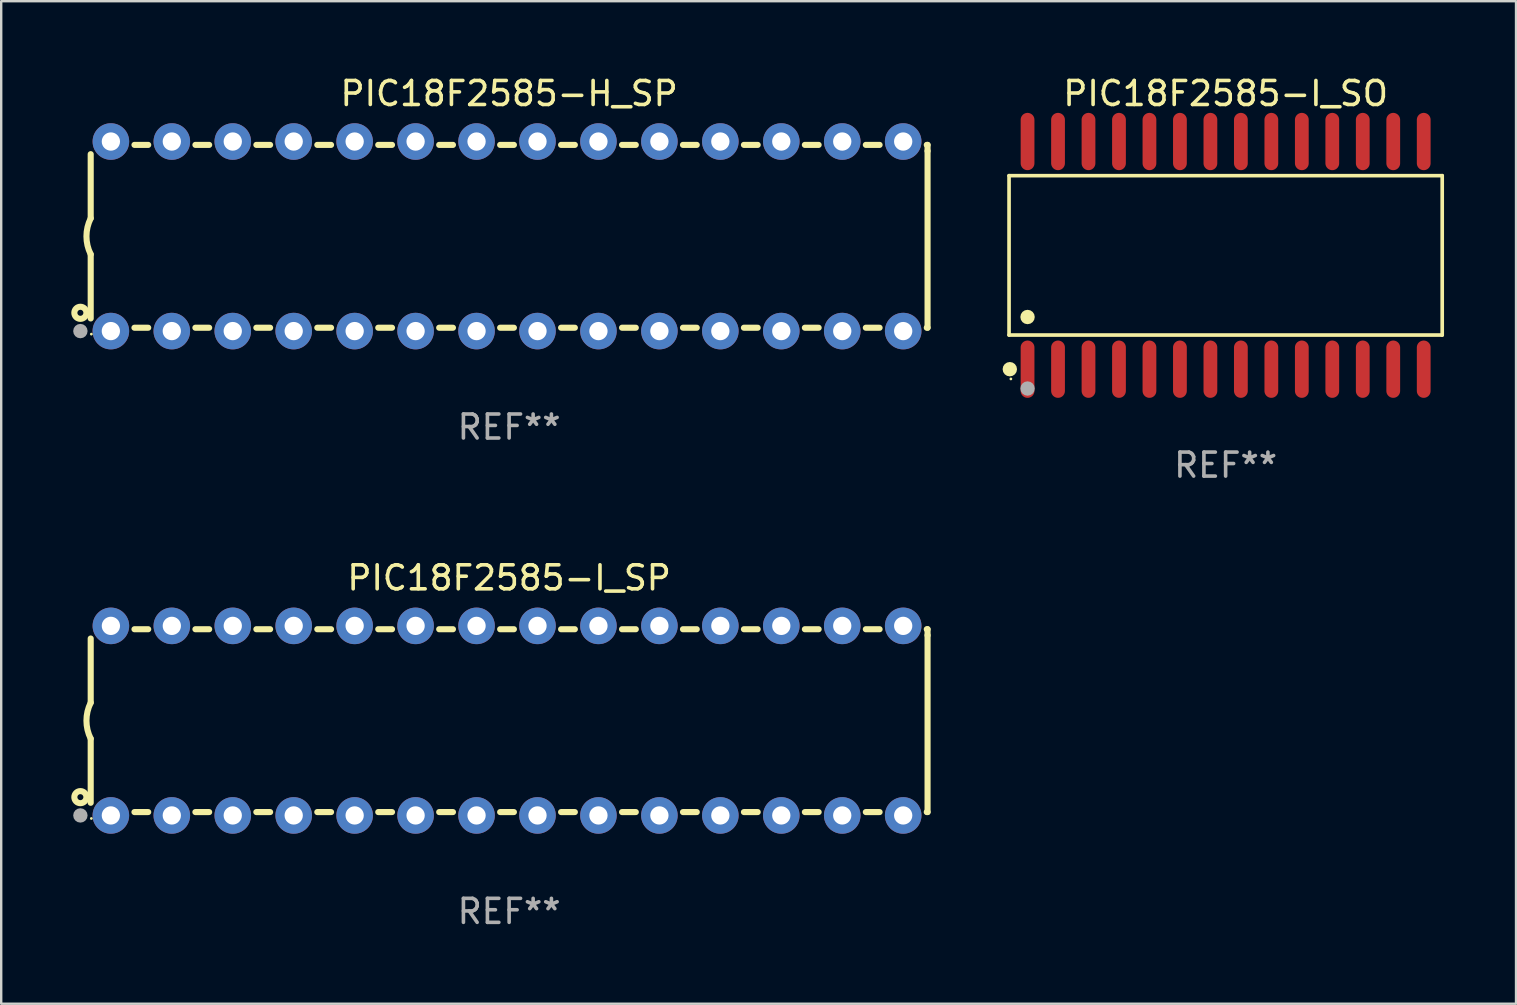
<source format=kicad_pcb>
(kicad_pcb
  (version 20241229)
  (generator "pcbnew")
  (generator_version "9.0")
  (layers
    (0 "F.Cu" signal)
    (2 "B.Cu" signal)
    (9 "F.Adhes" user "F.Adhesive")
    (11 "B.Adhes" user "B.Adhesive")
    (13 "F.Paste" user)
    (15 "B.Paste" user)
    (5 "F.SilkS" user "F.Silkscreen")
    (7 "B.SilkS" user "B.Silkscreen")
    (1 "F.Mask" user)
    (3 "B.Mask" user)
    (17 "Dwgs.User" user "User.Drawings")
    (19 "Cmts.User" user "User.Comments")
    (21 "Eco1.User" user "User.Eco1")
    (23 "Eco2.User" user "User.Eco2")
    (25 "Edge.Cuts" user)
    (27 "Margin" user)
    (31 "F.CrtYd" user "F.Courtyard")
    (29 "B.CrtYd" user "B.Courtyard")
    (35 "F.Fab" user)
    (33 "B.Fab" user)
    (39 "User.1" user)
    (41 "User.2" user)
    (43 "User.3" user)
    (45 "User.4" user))
  (footprint "PIC18F2585-H_SP"
    (layer "F.Cu")
    (at 18.168 6.798)
    (property "Reference" "PIC18F2585-H_SP" (at 0 -5.95 0) (layer "F.SilkS") (effects (font (size 1 1) (thickness 0.15))))
    (attr through_hole)
    (fp_line (start -17.438 0.75) (end -17.438 3.423) (stroke (width 0.254) (type solid)) (layer "F.SilkS"))
    (fp_line (start -17.438 -3.423) (end -17.438 -0.75) (stroke (width 0.254) (type solid)) (layer "F.SilkS"))
    (fp_line (start -15.615 3.81) (end -15.041 3.81) (stroke (width 0.254) (type solid)) (layer "F.SilkS"))
    (fp_line (start -15.041 -3.81) (end -15.614 -3.81) (stroke (width 0.254) (type solid)) (layer "F.SilkS"))
    (fp_line (start -13.075 3.81) (end -12.501 3.81) (stroke (width 0.254) (type solid)) (layer "F.SilkS"))
    (fp_line (start -12.501 -3.81) (end -13.074 -3.81) (stroke (width 0.254) (type solid)) (layer "F.SilkS"))
    (fp_line (start -10.535 3.81) (end -9.961 3.81) (stroke (width 0.254) (type solid)) (layer "F.SilkS"))
    (fp_line (start -9.961 -3.81) (end -10.534 -3.81) (stroke (width 0.254) (type solid)) (layer "F.SilkS"))
    (fp_line (start -7.995 3.81) (end -7.421 3.81) (stroke (width 0.254) (type solid)) (layer "F.SilkS"))
    (fp_line (start -7.421 -3.81) (end -7.995 -3.81) (stroke (width 0.254) (type solid)) (layer "F.SilkS"))
    (fp_line (start -5.455 3.81) (end -4.881 3.81) (stroke (width 0.254) (type solid)) (layer "F.SilkS"))
    (fp_line (start -4.881 -3.81) (end -5.455 -3.81) (stroke (width 0.254) (type solid)) (layer "F.SilkS"))
    (fp_line (start -2.915 3.81) (end -2.341 3.81) (stroke (width 0.254) (type solid)) (layer "F.SilkS"))
    (fp_line (start -2.341 -3.81) (end -2.915 -3.81) (stroke (width 0.254) (type solid)) (layer "F.SilkS"))
    (fp_line (start -0.375 3.81) (end 0.199 3.81) (stroke (width 0.254) (type solid)) (layer "F.SilkS"))
    (fp_line (start 0.199 -3.81) (end -0.375 -3.81) (stroke (width 0.254) (type solid)) (layer "F.SilkS"))
    (fp_line (start 2.165 3.81) (end 2.739 3.81) (stroke (width 0.254) (type solid)) (layer "F.SilkS"))
    (fp_line (start 2.739 -3.81) (end 2.165 -3.81) (stroke (width 0.254) (type solid)) (layer "F.SilkS"))
    (fp_line (start 4.705 3.81) (end 5.279 3.81) (stroke (width 0.254) (type solid)) (layer "F.SilkS"))
    (fp_line (start 5.279 -3.81) (end 4.705 -3.81) (stroke (width 0.254) (type solid)) (layer "F.SilkS"))
    (fp_line (start 7.245 3.81) (end 7.819 3.81) (stroke (width 0.254) (type solid)) (layer "F.SilkS"))
    (fp_line (start 7.819 -3.81) (end 7.245 -3.81) (stroke (width 0.254) (type solid)) (layer "F.SilkS"))
    (fp_line (start 9.785 3.81) (end 10.359 3.81) (stroke (width 0.254) (type solid)) (layer "F.SilkS"))
    (fp_line (start 10.359 -3.81) (end 9.785 -3.81) (stroke (width 0.254) (type solid)) (layer "F.SilkS"))
    (fp_line (start 12.325 3.81) (end 12.899 3.81) (stroke (width 0.254) (type solid)) (layer "F.SilkS"))
    (fp_line (start 12.899 -3.81) (end 12.325 -3.81) (stroke (width 0.254) (type solid)) (layer "F.SilkS"))
    (fp_line (start 14.865 3.81) (end 15.439 3.81) (stroke (width 0.254) (type solid)) (layer "F.SilkS"))
    (fp_line (start 15.439 -3.81) (end 14.865 -3.81) (stroke (width 0.254) (type solid)) (layer "F.SilkS"))
    (fp_line (start 17.405 3.81) (end 17.438 3.81) (stroke (width 0.254) (type solid)) (layer "F.SilkS"))
    (fp_line (start 17.438 -3.81) (end 17.405 -3.81) (stroke (width 0.254) (type solid)) (layer "F.SilkS"))
    (fp_line (start 17.438 -3.556) (end 17.438 -3.81) (stroke (width 0.254) (type solid)) (layer "F.SilkS"))
    (fp_line (start 17.438 3.81) (end 17.438 -3.556) (stroke (width 0.254) (type solid)) (layer "F.SilkS"))
    (fp_arc (start -17.437986 0.749657) (mid -17.614887 -0.000024) (end -17.437783 -0.749657) (stroke (width 0.254001) (type solid)) (layer "F.SilkS"))
    (fp_circle (center -17.868 3.188) (end -17.743 3.188) (stroke (width 0.254) (type solid)) (fill no) (layer "F.SilkS"))
    (fp_circle (center -17.411 4.077) (end -17.381 4.077) (stroke (width 0.06) (type solid)) (fill no) (layer "F.SilkS"))
    (fp_circle (center -17.868 3.95) (end -17.718 3.95) (stroke (width 0.3) (type solid)) (fill no) (layer "F.Fab"))
    (fp_text user "REF**" (at 0 7.95 0) (layer "F.Fab") (effects (font (size 1 1) (thickness 0.15))))
    (pad "1" thru_hole circle (at -16.598 3.95) (size 1.524 1.524) (drill 0.762) (layers "*.Cu" "*.Mask"))
    (pad "2" thru_hole circle (at -14.058 3.95) (size 1.524 1.524) (drill 0.762) (layers "*.Cu" "*.Mask"))
    (pad "3" thru_hole circle (at -11.518 3.95) (size 1.524 1.524) (drill 0.762) (layers "*.Cu" "*.Mask"))
    (pad "4" thru_hole circle (at -8.978 3.95) (size 1.524 1.524) (drill 0.762) (layers "*.Cu" "*.Mask"))
    (pad "5" thru_hole circle (at -6.438 3.95) (size 1.524 1.524) (drill 0.762) (layers "*.Cu" "*.Mask"))
    (pad "6" thru_hole circle (at -3.898 3.95) (size 1.524 1.524) (drill 0.762) (layers "*.Cu" "*.Mask"))
    (pad "7" thru_hole circle (at -1.358 3.95) (size 1.524 1.524) (drill 0.762) (layers "*.Cu" "*.Mask"))
    (pad "8" thru_hole circle (at 1.182 3.95) (size 1.524 1.524) (drill 0.762) (layers "*.Cu" "*.Mask"))
    (pad "9" thru_hole circle (at 3.722 3.95) (size 1.524 1.524) (drill 0.762) (layers "*.Cu" "*.Mask"))
    (pad "10" thru_hole circle (at 6.262 3.95) (size 1.524 1.524) (drill 0.762) (layers "*.Cu" "*.Mask"))
    (pad "11" thru_hole circle (at 8.802 3.95) (size 1.524 1.524) (drill 0.762) (layers "*.Cu" "*.Mask"))
    (pad "12" thru_hole circle (at 11.342 3.95) (size 1.524 1.524) (drill 0.762) (layers "*.Cu" "*.Mask"))
    (pad "13" thru_hole circle (at 13.882 3.95) (size 1.524 1.524) (drill 0.762) (layers "*.Cu" "*.Mask"))
    (pad "14" thru_hole circle (at 16.422 3.95) (size 1.524 1.524) (drill 0.762) (layers "*.Cu" "*.Mask"))
    (pad "15" thru_hole circle (at 16.422 -3.95) (size 1.524 1.524) (drill 0.762) (layers "*.Cu" "*.Mask"))
    (pad "16" thru_hole circle (at 13.882 -3.95) (size 1.524 1.524) (drill 0.762) (layers "*.Cu" "*.Mask"))
    (pad "17" thru_hole circle (at 11.342 -3.95) (size 1.524 1.524) (drill 0.762) (layers "*.Cu" "*.Mask"))
    (pad "18" thru_hole circle (at 8.802 -3.95) (size 1.524 1.524) (drill 0.762) (layers "*.Cu" "*.Mask"))
    (pad "19" thru_hole circle (at 6.262 -3.95) (size 1.524 1.524) (drill 0.762) (layers "*.Cu" "*.Mask"))
    (pad "20" thru_hole circle (at 3.722 -3.95) (size 1.524 1.524) (drill 0.762) (layers "*.Cu" "*.Mask"))
    (pad "21" thru_hole circle (at 1.182 -3.95) (size 1.524 1.524) (drill 0.762) (layers "*.Cu" "*.Mask"))
    (pad "22" thru_hole circle (at -1.358 -3.95) (size 1.524 1.524) (drill 0.762) (layers "*.Cu" "*.Mask"))
    (pad "23" thru_hole circle (at -3.898 -3.95) (size 1.524 1.524) (drill 0.762) (layers "*.Cu" "*.Mask"))
    (pad "24" thru_hole circle (at -6.438 -3.95) (size 1.524 1.524) (drill 0.762) (layers "*.Cu" "*.Mask"))
    (pad "25" thru_hole circle (at -8.978 -3.95) (size 1.524 1.524) (drill 0.762) (layers "*.Cu" "*.Mask"))
    (pad "26" thru_hole circle (at -11.517 -3.95) (size 1.524 1.524) (drill 0.762) (layers "*.Cu" "*.Mask"))
    (pad "27" thru_hole circle (at -14.057 -3.95) (size 1.524 1.524) (drill 0.762) (layers "*.Cu" "*.Mask"))
    (pad "28" thru_hole circle (at -16.597 -3.95) (size 1.524 1.524) (drill 0.762) (layers "*.Cu" "*.Mask")))
  (footprint "PIC18F2585-I_SO"
    (layer "F.Cu")
    (at 48.028 7.592)
    (property "Reference" "PIC18F2585-I_SO" (at 0 -6.744 0) (layer "F.SilkS") (effects (font (size 1 1) (thickness 0.15))))
    (attr through_hole)
    (fp_line (start -9.026 -3.321) (end 9.026 -3.321) (stroke (width 0.152) (type solid)) (layer "F.SilkS"))
    (fp_line (start -9.026 3.321) (end -9.026 -3.321) (stroke (width 0.152) (type solid)) (layer "F.SilkS"))
    (fp_line (start 9.026 -3.321) (end 9.026 3.321) (stroke (width 0.152) (type solid)) (layer "F.SilkS"))
    (fp_line (start 9.026 3.321) (end -9.026 3.321) (stroke (width 0.152) (type solid)) (layer "F.SilkS"))
    (fp_circle (center -8.994 4.744) (end -8.844 4.744) (stroke (width 0.3) (type solid)) (fill no) (layer "F.SilkS"))
    (fp_circle (center -8.95 5.15) (end -8.92 5.15) (stroke (width 0.06) (type solid)) (fill no) (layer "F.SilkS"))
    (fp_circle (center -8.255 2.569) (end -8.105 2.569) (stroke (width 0.3) (type solid)) (fill no) (layer "F.SilkS"))
    (fp_circle (center -8.255 5.55) (end -8.105 5.55) (stroke (width 0.3) (type solid)) (fill no) (layer "F.Fab"))
    (fp_text user "REF**" (at 0 8.744 0) (layer "F.Fab") (effects (font (size 1 1) (thickness 0.15))))
    (pad "1" smd oval (at -8.255 4.744) (size 0.574 2.388) (layers "F.Cu" "F.Mask" "F.Paste"))
    (pad "2" smd oval (at -6.985 4.744) (size 0.574 2.388) (layers "F.Cu" "F.Mask" "F.Paste"))
    (pad "3" smd oval (at -5.715 4.744) (size 0.574 2.388) (layers "F.Cu" "F.Mask" "F.Paste"))
    (pad "4" smd oval (at -4.445 4.744) (size 0.574 2.388) (layers "F.Cu" "F.Mask" "F.Paste"))
    (pad "5" smd oval (at -3.175 4.744) (size 0.574 2.388) (layers "F.Cu" "F.Mask" "F.Paste"))
    (pad "6" smd oval (at -1.905 4.744) (size 0.574 2.388) (layers "F.Cu" "F.Mask" "F.Paste"))
    (pad "7" smd oval (at -0.635 4.744) (size 0.574 2.388) (layers "F.Cu" "F.Mask" "F.Paste"))
    (pad "8" smd oval (at 0.635 4.744) (size 0.574 2.388) (layers "F.Cu" "F.Mask" "F.Paste"))
    (pad "9" smd oval (at 1.905 4.744) (size 0.574 2.388) (layers "F.Cu" "F.Mask" "F.Paste"))
    (pad "10" smd oval (at 3.175 4.744) (size 0.574 2.388) (layers "F.Cu" "F.Mask" "F.Paste"))
    (pad "11" smd oval (at 4.445 4.744) (size 0.574 2.388) (layers "F.Cu" "F.Mask" "F.Paste"))
    (pad "12" smd oval (at 5.715 4.744) (size 0.574 2.388) (layers "F.Cu" "F.Mask" "F.Paste"))
    (pad "13" smd oval (at 6.985 4.744) (size 0.574 2.388) (layers "F.Cu" "F.Mask" "F.Paste"))
    (pad "14" smd oval (at 8.255 4.744) (size 0.574 2.388) (layers "F.Cu" "F.Mask" "F.Paste"))
    (pad "15" smd oval (at 8.255 -4.744) (size 0.574 2.388) (layers "F.Cu" "F.Mask" "F.Paste"))
    (pad "16" smd oval (at 6.985 -4.744) (size 0.574 2.388) (layers "F.Cu" "F.Mask" "F.Paste"))
    (pad "17" smd oval (at 5.715 -4.744) (size 0.574 2.388) (layers "F.Cu" "F.Mask" "F.Paste"))
    (pad "18" smd oval (at 4.445 -4.744) (size 0.574 2.388) (layers "F.Cu" "F.Mask" "F.Paste"))
    (pad "19" smd oval (at 3.175 -4.744) (size 0.574 2.388) (layers "F.Cu" "F.Mask" "F.Paste"))
    (pad "20" smd oval (at 1.905 -4.744) (size 0.574 2.388) (layers "F.Cu" "F.Mask" "F.Paste"))
    (pad "21" smd oval (at 0.635 -4.744) (size 0.574 2.388) (layers "F.Cu" "F.Mask" "F.Paste"))
    (pad "22" smd oval (at -0.635 -4.744) (size 0.574 2.388) (layers "F.Cu" "F.Mask" "F.Paste"))
    (pad "23" smd oval (at -1.905 -4.744) (size 0.574 2.388) (layers "F.Cu" "F.Mask" "F.Paste"))
    (pad "24" smd oval (at -3.175 -4.744) (size 0.574 2.388) (layers "F.Cu" "F.Mask" "F.Paste"))
    (pad "25" smd oval (at -4.445 -4.744) (size 0.574 2.388) (layers "F.Cu" "F.Mask" "F.Paste"))
    (pad "26" smd oval (at -5.715 -4.744) (size 0.574 2.388) (layers "F.Cu" "F.Mask" "F.Paste"))
    (pad "27" smd oval (at -6.985 -4.744) (size 0.574 2.388) (layers "F.Cu" "F.Mask" "F.Paste"))
    (pad "28" smd oval (at -8.255 -4.744) (size 0.574 2.388) (layers "F.Cu" "F.Mask" "F.Paste")))
  (footprint "PIC18F2585-I_SP"
    (layer "F.Cu")
    (at 18.168 26.983)
    (property "Reference" "PIC18F2585-I_SP" (at 0 -5.95 0) (layer "F.SilkS") (effects (font (size 1 1) (thickness 0.15))))
    (attr through_hole)
    (fp_line (start -17.438 0.75) (end -17.438 3.423) (stroke (width 0.254) (type solid)) (layer "F.SilkS"))
    (fp_line (start -17.438 -3.423) (end -17.438 -0.75) (stroke (width 0.254) (type solid)) (layer "F.SilkS"))
    (fp_line (start -15.615 3.81) (end -15.041 3.81) (stroke (width 0.254) (type solid)) (layer "F.SilkS"))
    (fp_line (start -15.041 -3.81) (end -15.614 -3.81) (stroke (width 0.254) (type solid)) (layer "F.SilkS"))
    (fp_line (start -13.075 3.81) (end -12.501 3.81) (stroke (width 0.254) (type solid)) (layer "F.SilkS"))
    (fp_line (start -12.501 -3.81) (end -13.074 -3.81) (stroke (width 0.254) (type solid)) (layer "F.SilkS"))
    (fp_line (start -10.535 3.81) (end -9.961 3.81) (stroke (width 0.254) (type solid)) (layer "F.SilkS"))
    (fp_line (start -9.961 -3.81) (end -10.534 -3.81) (stroke (width 0.254) (type solid)) (layer "F.SilkS"))
    (fp_line (start -7.995 3.81) (end -7.421 3.81) (stroke (width 0.254) (type solid)) (layer "F.SilkS"))
    (fp_line (start -7.421 -3.81) (end -7.995 -3.81) (stroke (width 0.254) (type solid)) (layer "F.SilkS"))
    (fp_line (start -5.455 3.81) (end -4.881 3.81) (stroke (width 0.254) (type solid)) (layer "F.SilkS"))
    (fp_line (start -4.881 -3.81) (end -5.455 -3.81) (stroke (width 0.254) (type solid)) (layer "F.SilkS"))
    (fp_line (start -2.915 3.81) (end -2.341 3.81) (stroke (width 0.254) (type solid)) (layer "F.SilkS"))
    (fp_line (start -2.341 -3.81) (end -2.915 -3.81) (stroke (width 0.254) (type solid)) (layer "F.SilkS"))
    (fp_line (start -0.375 3.81) (end 0.199 3.81) (stroke (width 0.254) (type solid)) (layer "F.SilkS"))
    (fp_line (start 0.199 -3.81) (end -0.375 -3.81) (stroke (width 0.254) (type solid)) (layer "F.SilkS"))
    (fp_line (start 2.165 3.81) (end 2.739 3.81) (stroke (width 0.254) (type solid)) (layer "F.SilkS"))
    (fp_line (start 2.739 -3.81) (end 2.165 -3.81) (stroke (width 0.254) (type solid)) (layer "F.SilkS"))
    (fp_line (start 4.705 3.81) (end 5.279 3.81) (stroke (width 0.254) (type solid)) (layer "F.SilkS"))
    (fp_line (start 5.279 -3.81) (end 4.705 -3.81) (stroke (width 0.254) (type solid)) (layer "F.SilkS"))
    (fp_line (start 7.245 3.81) (end 7.819 3.81) (stroke (width 0.254) (type solid)) (layer "F.SilkS"))
    (fp_line (start 7.819 -3.81) (end 7.245 -3.81) (stroke (width 0.254) (type solid)) (layer "F.SilkS"))
    (fp_line (start 9.785 3.81) (end 10.359 3.81) (stroke (width 0.254) (type solid)) (layer "F.SilkS"))
    (fp_line (start 10.359 -3.81) (end 9.785 -3.81) (stroke (width 0.254) (type solid)) (layer "F.SilkS"))
    (fp_line (start 12.325 3.81) (end 12.899 3.81) (stroke (width 0.254) (type solid)) (layer "F.SilkS"))
    (fp_line (start 12.899 -3.81) (end 12.325 -3.81) (stroke (width 0.254) (type solid)) (layer "F.SilkS"))
    (fp_line (start 14.865 3.81) (end 15.439 3.81) (stroke (width 0.254) (type solid)) (layer "F.SilkS"))
    (fp_line (start 15.439 -3.81) (end 14.865 -3.81) (stroke (width 0.254) (type solid)) (layer "F.SilkS"))
    (fp_line (start 17.405 3.81) (end 17.438 3.81) (stroke (width 0.254) (type solid)) (layer "F.SilkS"))
    (fp_line (start 17.438 -3.81) (end 17.405 -3.81) (stroke (width 0.254) (type solid)) (layer "F.SilkS"))
    (fp_line (start 17.438 -3.556) (end 17.438 -3.81) (stroke (width 0.254) (type solid)) (layer "F.SilkS"))
    (fp_line (start 17.438 3.81) (end 17.438 -3.556) (stroke (width 0.254) (type solid)) (layer "F.SilkS"))
    (fp_arc (start -17.437986 0.749657) (mid -17.614887 -0.000024) (end -17.437783 -0.749657) (stroke (width 0.254001) (type solid)) (layer "F.SilkS"))
    (fp_circle (center -17.868 3.188) (end -17.743 3.188) (stroke (width 0.254) (type solid)) (fill no) (layer "F.SilkS"))
    (fp_circle (center -17.411 4.077) (end -17.381 4.077) (stroke (width 0.06) (type solid)) (fill no) (layer "F.SilkS"))
    (fp_circle (center -17.868 3.95) (end -17.718 3.95) (stroke (width 0.3) (type solid)) (fill no) (layer "F.Fab"))
    (fp_text user "REF**" (at 0 7.95 0) (layer "F.Fab") (effects (font (size 1 1) (thickness 0.15))))
    (pad "1" thru_hole circle (at -16.598 3.95) (size 1.524 1.524) (drill 0.762) (layers "*.Cu" "*.Mask"))
    (pad "2" thru_hole circle (at -14.058 3.95) (size 1.524 1.524) (drill 0.762) (layers "*.Cu" "*.Mask"))
    (pad "3" thru_hole circle (at -11.518 3.95) (size 1.524 1.524) (drill 0.762) (layers "*.Cu" "*.Mask"))
    (pad "4" thru_hole circle (at -8.978 3.95) (size 1.524 1.524) (drill 0.762) (layers "*.Cu" "*.Mask"))
    (pad "5" thru_hole circle (at -6.438 3.95) (size 1.524 1.524) (drill 0.762) (layers "*.Cu" "*.Mask"))
    (pad "6" thru_hole circle (at -3.898 3.95) (size 1.524 1.524) (drill 0.762) (layers "*.Cu" "*.Mask"))
    (pad "7" thru_hole circle (at -1.358 3.95) (size 1.524 1.524) (drill 0.762) (layers "*.Cu" "*.Mask"))
    (pad "8" thru_hole circle (at 1.182 3.95) (size 1.524 1.524) (drill 0.762) (layers "*.Cu" "*.Mask"))
    (pad "9" thru_hole circle (at 3.722 3.95) (size 1.524 1.524) (drill 0.762) (layers "*.Cu" "*.Mask"))
    (pad "10" thru_hole circle (at 6.262 3.95) (size 1.524 1.524) (drill 0.762) (layers "*.Cu" "*.Mask"))
    (pad "11" thru_hole circle (at 8.802 3.95) (size 1.524 1.524) (drill 0.762) (layers "*.Cu" "*.Mask"))
    (pad "12" thru_hole circle (at 11.342 3.95) (size 1.524 1.524) (drill 0.762) (layers "*.Cu" "*.Mask"))
    (pad "13" thru_hole circle (at 13.882 3.95) (size 1.524 1.524) (drill 0.762) (layers "*.Cu" "*.Mask"))
    (pad "14" thru_hole circle (at 16.422 3.95) (size 1.524 1.524) (drill 0.762) (layers "*.Cu" "*.Mask"))
    (pad "15" thru_hole circle (at 16.422 -3.95) (size 1.524 1.524) (drill 0.762) (layers "*.Cu" "*.Mask"))
    (pad "16" thru_hole circle (at 13.882 -3.95) (size 1.524 1.524) (drill 0.762) (layers "*.Cu" "*.Mask"))
    (pad "17" thru_hole circle (at 11.342 -3.95) (size 1.524 1.524) (drill 0.762) (layers "*.Cu" "*.Mask"))
    (pad "18" thru_hole circle (at 8.802 -3.95) (size 1.524 1.524) (drill 0.762) (layers "*.Cu" "*.Mask"))
    (pad "19" thru_hole circle (at 6.262 -3.95) (size 1.524 1.524) (drill 0.762) (layers "*.Cu" "*.Mask"))
    (pad "20" thru_hole circle (at 3.722 -3.95) (size 1.524 1.524) (drill 0.762) (layers "*.Cu" "*.Mask"))
    (pad "21" thru_hole circle (at 1.182 -3.95) (size 1.524 1.524) (drill 0.762) (layers "*.Cu" "*.Mask"))
    (pad "22" thru_hole circle (at -1.358 -3.95) (size 1.524 1.524) (drill 0.762) (layers "*.Cu" "*.Mask"))
    (pad "23" thru_hole circle (at -3.898 -3.95) (size 1.524 1.524) (drill 0.762) (layers "*.Cu" "*.Mask"))
    (pad "24" thru_hole circle (at -6.438 -3.95) (size 1.524 1.524) (drill 0.762) (layers "*.Cu" "*.Mask"))
    (pad "25" thru_hole circle (at -8.978 -3.95) (size 1.524 1.524) (drill 0.762) (layers "*.Cu" "*.Mask"))
    (pad "26" thru_hole circle (at -11.517 -3.95) (size 1.524 1.524) (drill 0.762) (layers "*.Cu" "*.Mask"))
    (pad "27" thru_hole circle (at -14.057 -3.95) (size 1.524 1.524) (drill 0.762) (layers "*.Cu" "*.Mask"))
    (pad "28" thru_hole circle (at -16.597 -3.95) (size 1.524 1.524) (drill 0.762) (layers "*.Cu" "*.Mask")))
  (gr_rect
    (start -3 -3)
    (end 60.13 38.781)
    (stroke (width 0.1) (type default))
    (fill no)
    (layer "Edge.Cuts")))
</source>
